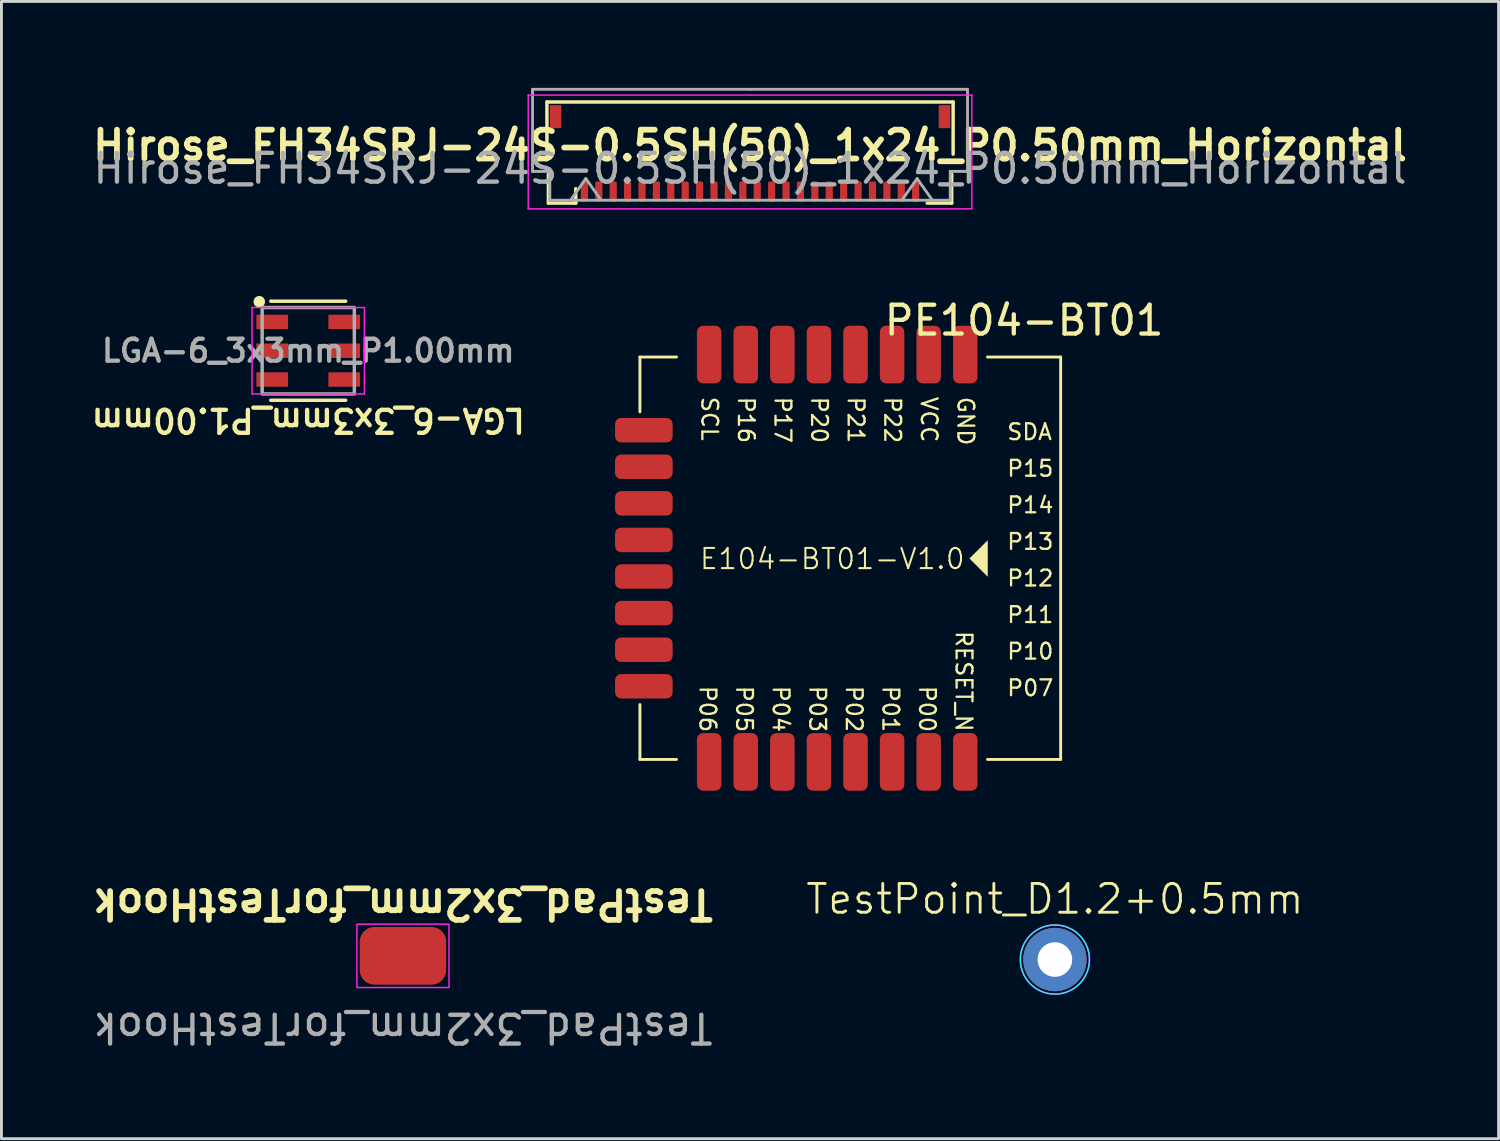
<source format=kicad_pcb>
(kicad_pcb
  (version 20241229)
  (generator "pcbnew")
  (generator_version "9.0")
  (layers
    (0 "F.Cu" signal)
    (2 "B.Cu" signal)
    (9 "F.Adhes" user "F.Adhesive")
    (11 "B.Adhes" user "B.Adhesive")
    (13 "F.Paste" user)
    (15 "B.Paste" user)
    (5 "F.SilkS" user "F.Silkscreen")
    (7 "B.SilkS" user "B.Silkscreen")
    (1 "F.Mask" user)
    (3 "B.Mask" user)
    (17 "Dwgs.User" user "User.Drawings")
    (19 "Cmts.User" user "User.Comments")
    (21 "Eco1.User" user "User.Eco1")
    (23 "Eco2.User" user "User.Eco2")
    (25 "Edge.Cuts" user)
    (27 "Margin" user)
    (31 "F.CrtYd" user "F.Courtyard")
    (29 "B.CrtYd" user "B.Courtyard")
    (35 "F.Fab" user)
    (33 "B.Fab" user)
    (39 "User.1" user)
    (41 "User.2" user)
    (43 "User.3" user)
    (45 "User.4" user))
  (footprint "TestPoint_D1.2+0.5mm"
    (layer "F.Cu")
    (at 33.569 30.259)
    (property "Reference" "TestPoint_D1.2+0.5mm" (at 0 -2.1 0) (unlocked yes) (layer "F.SilkS") (effects (font (size 1 1) (thickness 0.1))))
    (attr through_hole)
    (fp_circle (center 0 0) (end 1.2 0) (stroke (width 0.05) (type default)) (fill no) (layer "B.CrtYd"))
    (fp_circle (center 0 0) (end 1.2 0) (stroke (width 0.05) (type default)) (fill no) (layer "F.CrtYd"))
    (pad "1" thru_hole circle (at 0 0) (size 2.2 2.2) (drill 1.2) (layers "*.Cu" "*.Mask")))
  (footprint "Hirose_FH34SRJ-24S-0.5SH(50)_1x24_P0.50mm_Horizontal"
    (layer "F.Cu")
    (at 22.986 1.3)
    (property "Reference" "Hirose_FH34SRJ-24S-0.5SH(50)_1x24_P0.50mm_Horizontal" (at 0 0.7 0) (unlocked yes) (layer "F.SilkS") (effects (font (size 1 1) (thickness 0.2) (bold yes))))
    (attr smd)
    (fp_line (start -7.05 -0.81) (end 7.05 -0.81) (stroke (width 0.12) (type solid)) (layer "F.SilkS"))
    (fp_line (start -7.05 1) (end -7.05 -0.81) (stroke (width 0.12) (type solid)) (layer "F.SilkS"))
    (fp_line (start -7 2.7) (end -7 1.7) (stroke (width 0.12) (type solid)) (layer "F.SilkS"))
    (fp_line (start -6.05 2.2) (end -6.05 2.7) (stroke (width 0.12) (type solid)) (layer "F.SilkS"))
    (fp_line (start -6.05 2.7) (end -7 2.7) (stroke (width 0.12) (type solid)) (layer "F.SilkS"))
    (fp_line (start 6.15 2.7) (end 7 2.7) (stroke (width 0.12) (type solid)) (layer "F.SilkS"))
    (fp_line (start 7 2.7) (end 7 1.7) (stroke (width 0.12) (type solid)) (layer "F.SilkS"))
    (fp_line (start 7.05 -0.81) (end 7.05 1) (stroke (width 0.12) (type solid)) (layer "F.SilkS"))
    (fp_line (start -7.7 -1.05) (end 7.7 -1.05) (stroke (width 0.05) (type solid)) (layer "F.CrtYd"))
    (fp_line (start -7.7 2.9) (end -7.7 -1.05) (stroke (width 0.05) (type solid)) (layer "F.CrtYd"))
    (fp_line (start 7.7 -1.05) (end 7.7 2.9) (stroke (width 0.05) (type solid)) (layer "F.CrtYd"))
    (fp_line (start 7.7 2.9) (end -7.7 2.9) (stroke (width 0.05) (type solid)) (layer "F.CrtYd"))
    (fp_line (start -7.55 -1.25) (end -7.55 1.6) (stroke (width 0.1) (type solid)) (layer "F.Fab"))
    (fp_line (start -7.55 1.6) (end -6.95 1.6) (stroke (width 0.1) (type solid)) (layer "F.Fab"))
    (fp_line (start -6.95 1.6) (end -6.95 2.6) (stroke (width 0.1) (type solid)) (layer "F.Fab"))
    (fp_line (start -6.95 2.6) (end 0 2.6) (stroke (width 0.1) (type solid)) (layer "F.Fab"))
    (fp_line (start -5.7 1.85) (end -6.2 2.557) (stroke (width 0.1) (type solid)) (layer "F.Fab"))
    (fp_line (start -5.2 2.557) (end -5.7 1.85) (stroke (width 0.1) (type solid)) (layer "F.Fab"))
    (fp_line (start 0 -1.25) (end -7.55 -1.25) (stroke (width 0.1) (type solid)) (layer "F.Fab"))
    (fp_line (start 0 -1.25) (end 7.55 -1.25) (stroke (width 0.1) (type solid)) (layer "F.Fab"))
    (fp_line (start 5.8 1.85) (end 5.3 2.557) (stroke (width 0.1) (type solid)) (layer "F.Fab"))
    (fp_line (start 6.3 2.557) (end 5.8 1.85) (stroke (width 0.1) (type solid)) (layer "F.Fab"))
    (fp_line (start 6.95 1.6) (end 6.95 2.6) (stroke (width 0.1) (type solid)) (layer "F.Fab"))
    (fp_line (start 6.95 2.6) (end 0 2.6) (stroke (width 0.1) (type solid)) (layer "F.Fab"))
    (fp_line (start 7.55 -1.25) (end 7.55 1.6) (stroke (width 0.1) (type solid)) (layer "F.Fab"))
    (fp_line (start 7.55 1.6) (end 6.95 1.6) (stroke (width 0.1) (type solid)) (layer "F.Fab"))
    (fp_text user "${REFERENCE}" (at 0 1.5 0) (unlocked yes) (layer "F.Fab") (effects (font (size 1 1) (thickness 0.15))))
    (pad "1" smd roundrect (at -5.75 2.3) (size 0.25 0.7) (layers "F.Cu" "F.Mask" "F.Paste") (roundrect_rratio 0.25))
    (pad "2" smd roundrect (at -5.25 2.3) (size 0.25 0.7) (layers "F.Cu" "F.Mask" "F.Paste") (roundrect_rratio 0.25))
    (pad "3" smd roundrect (at -4.75 2.3) (size 0.25 0.7) (layers "F.Cu" "F.Mask" "F.Paste") (roundrect_rratio 0.25))
    (pad "4" smd roundrect (at -4.25 2.3) (size 0.25 0.7) (layers "F.Cu" "F.Mask" "F.Paste") (roundrect_rratio 0.25))
    (pad "5" smd roundrect (at -3.75 2.3) (size 0.25 0.7) (layers "F.Cu" "F.Mask" "F.Paste") (roundrect_rratio 0.25))
    (pad "6" smd roundrect (at -3.25 2.3) (size 0.25 0.7) (layers "F.Cu" "F.Mask" "F.Paste") (roundrect_rratio 0.25))
    (pad "7" smd roundrect (at -2.75 2.3) (size 0.25 0.7) (layers "F.Cu" "F.Mask" "F.Paste") (roundrect_rratio 0.25))
    (pad "8" smd roundrect (at -2.25 2.3) (size 0.25 0.7) (layers "F.Cu" "F.Mask" "F.Paste") (roundrect_rratio 0.25))
    (pad "9" smd roundrect (at -1.75 2.3) (size 0.25 0.7) (layers "F.Cu" "F.Mask" "F.Paste") (roundrect_rratio 0.25))
    (pad "10" smd roundrect (at -1.25 2.3) (size 0.25 0.7) (layers "F.Cu" "F.Mask" "F.Paste") (roundrect_rratio 0.25))
    (pad "11" smd roundrect (at -0.75 2.3) (size 0.25 0.7) (layers "F.Cu" "F.Mask" "F.Paste") (roundrect_rratio 0.25))
    (pad "12" smd roundrect (at -0.25 2.3) (size 0.25 0.7) (layers "F.Cu" "F.Mask" "F.Paste") (roundrect_rratio 0.25))
    (pad "13" smd roundrect (at 0.25 2.3) (size 0.25 0.7) (layers "F.Cu" "F.Mask" "F.Paste") (roundrect_rratio 0.25))
    (pad "14" smd roundrect (at 0.75 2.3) (size 0.25 0.7) (layers "F.Cu" "F.Mask" "F.Paste") (roundrect_rratio 0.25))
    (pad "15" smd roundrect (at 1.25 2.3) (size 0.25 0.7) (layers "F.Cu" "F.Mask" "F.Paste") (roundrect_rratio 0.25))
    (pad "16" smd roundrect (at 1.75 2.3) (size 0.25 0.7) (layers "F.Cu" "F.Mask" "F.Paste") (roundrect_rratio 0.25))
    (pad "17" smd roundrect (at 2.25 2.3) (size 0.25 0.7) (layers "F.Cu" "F.Mask" "F.Paste") (roundrect_rratio 0.25))
    (pad "18" smd roundrect (at 2.75 2.3) (size 0.25 0.7) (layers "F.Cu" "F.Mask" "F.Paste") (roundrect_rratio 0.25))
    (pad "19" smd roundrect (at 3.25 2.3) (size 0.25 0.7) (layers "F.Cu" "F.Mask" "F.Paste") (roundrect_rratio 0.25))
    (pad "20" smd roundrect (at 3.75 2.3) (size 0.25 0.7) (layers "F.Cu" "F.Mask" "F.Paste") (roundrect_rratio 0.25))
    (pad "21" smd roundrect (at 4.25 2.3) (size 0.25 0.7) (layers "F.Cu" "F.Mask" "F.Paste") (roundrect_rratio 0.25))
    (pad "22" smd roundrect (at 4.75 2.3) (size 0.25 0.7) (layers "F.Cu" "F.Mask" "F.Paste") (roundrect_rratio 0.25))
    (pad "23" smd roundrect (at 5.25 2.3) (size 0.25 0.7) (layers "F.Cu" "F.Mask" "F.Paste") (roundrect_rratio 0.25))
    (pad "24" smd roundrect (at 5.75 2.3) (size 0.25 0.7) (layers "F.Cu" "F.Mask" "F.Paste") (roundrect_rratio 0.25))
    (pad "MP" smd rect (at -6.75 -0.3) (size 0.4 0.8) (layers "F.Cu" "F.Mask" "F.Paste"))
    (pad "MP" smd rect (at 6.75 -0.3) (size 0.4 0.8) (layers "F.Cu" "F.Mask" "F.Paste")))
  (footprint "PE104-BT01"
    (layer "F.Cu")
    (at 24.879 16.328)
    (property "Reference" "PE104-BT01" (at 7.62 -8.255 0) (layer "F.SilkS") (effects (font (size 1 1) (thickness 0.15))))
    (fp_line (start -5.715 -6.985) (end -5.715 -5.08) (stroke (width 0.1) (type default)) (layer "F.SilkS"))
    (fp_line (start -5.715 -6.985) (end -4.445 -6.985) (stroke (width 0.1) (type default)) (layer "F.SilkS"))
    (fp_line (start -5.715 6.985) (end -5.715 5.08) (stroke (width 0.1) (type default)) (layer "F.SilkS"))
    (fp_line (start -5.715 6.985) (end -4.445 6.985) (stroke (width 0.1) (type default)) (layer "F.SilkS"))
    (fp_line (start 8.89 -6.985) (end 6.35 -6.985) (stroke (width 0.1) (type default)) (layer "F.SilkS"))
    (fp_line (start 8.89 6.985) (end 6.35 6.985) (stroke (width 0.1) (type default)) (layer "F.SilkS"))
    (fp_line (start 8.89 6.985) (end 8.89 -6.985) (stroke (width 0.1) (type solid)) (layer "F.SilkS"))
    (fp_poly (pts (xy 6.359 -0.626) (xy 5.724 0.009) (xy 6.359 0.644)) (stroke (width 0) (type default)) (fill yes) (layer "F.SilkS"))
    (fp_text user "E104-BT01-V1.0" (at -3.683 0.432 0) (unlocked yes) (layer "F.SilkS") (effects (font (size 0.7 0.7) (thickness 0.07)) (justify left bottom)))
    (fp_text user "P11" (at 6.985 2.286 0) (unlocked yes) (layer "F.SilkS") (effects (font (size 0.55 0.55) (thickness 0.08)) (justify left bottom)))
    (fp_text user "P16" (at -2.349 -5.652 270) (unlocked yes) (layer "F.SilkS") (effects (font (size 0.55 0.55) (thickness 0.08)) (justify left bottom)))
    (fp_text user "P13" (at 6.985 -0.254 0) (unlocked yes) (layer "F.SilkS") (effects (font (size 0.55 0.55) (thickness 0.08)) (justify left bottom)))
    (fp_text user "SDA" (at 6.985 -4.064 0) (unlocked yes) (layer "F.SilkS") (effects (font (size 0.55 0.55) (thickness 0.08)) (justify left bottom)))
    (fp_text user "SCL" (at -3.619 -5.652 270) (unlocked yes) (layer "F.SilkS") (effects (font (size 0.55 0.55) (thickness 0.08)) (justify left bottom)))
    (fp_text user "P05" (at -2.413 4.381 270) (unlocked yes) (layer "F.SilkS") (effects (font (size 0.55 0.55) (thickness 0.08)) (justify left bottom)))
    (fp_text user "P02" (at 1.397 4.381 270) (unlocked yes) (layer "F.SilkS") (effects (font (size 0.55 0.55) (thickness 0.08)) (justify left bottom)))
    (fp_text user "RESET_N" (at 5.207 2.477 270) (unlocked yes) (layer "F.SilkS") (effects (font (size 0.55 0.55) (thickness 0.08)) (justify left bottom)))
    (fp_text user "GND" (at 5.271 -5.652 270) (unlocked yes) (layer "F.SilkS") (effects (font (size 0.55 0.55) (thickness 0.08)) (justify left bottom)))
    (fp_text user "P00" (at 3.937 4.381 270) (unlocked yes) (layer "F.SilkS") (effects (font (size 0.55 0.55) (thickness 0.08)) (justify left bottom)))
    (fp_text user "P21" (at 1.46 -5.652 270) (unlocked yes) (layer "F.SilkS") (effects (font (size 0.55 0.55) (thickness 0.08)) (justify left bottom)))
    (fp_text user "P17" (at -1.079 -5.652 270) (unlocked yes) (layer "F.SilkS") (effects (font (size 0.55 0.55) (thickness 0.08)) (justify left bottom)))
    (fp_text user "P01" (at 2.667 4.381 270) (unlocked yes) (layer "F.SilkS") (effects (font (size 0.55 0.55) (thickness 0.08)) (justify left bottom)))
    (fp_text user "P04" (at -1.143 4.381 270) (unlocked yes) (layer "F.SilkS") (effects (font (size 0.55 0.55) (thickness 0.08)) (justify left bottom)))
    (fp_text user "VCC" (at 4 -5.652 270) (unlocked yes) (layer "F.SilkS") (effects (font (size 0.55 0.55) (thickness 0.08)) (justify left bottom)))
    (fp_text user "P22" (at 2.731 -5.652 270) (unlocked yes) (layer "F.SilkS") (effects (font (size 0.55 0.55) (thickness 0.08)) (justify left bottom)))
    (fp_text user "P06" (at -3.683 4.381 270) (unlocked yes) (layer "F.SilkS") (effects (font (size 0.55 0.55) (thickness 0.08)) (justify left bottom)))
    (fp_text user "P12" (at 6.985 1.016 0) (unlocked yes) (layer "F.SilkS") (effects (font (size 0.55 0.55) (thickness 0.08)) (justify left bottom)))
    (fp_text user "P03" (at 0.127 4.381 270) (unlocked yes) (layer "F.SilkS") (effects (font (size 0.55 0.55) (thickness 0.08)) (justify left bottom)))
    (fp_text user "P10" (at 6.985 3.556 0) (unlocked yes) (layer "F.SilkS") (effects (font (size 0.55 0.55) (thickness 0.08)) (justify left bottom)))
    (fp_text user "P20" (at 0.191 -5.652 270) (unlocked yes) (layer "F.SilkS") (effects (font (size 0.55 0.55) (thickness 0.08)) (justify left bottom)))
    (fp_text user "P15" (at 6.985 -2.794 0) (unlocked yes) (layer "F.SilkS") (effects (font (size 0.55 0.55) (thickness 0.08)) (justify left bottom)))
    (fp_text user "P07" (at 6.985 4.826 0) (unlocked yes) (layer "F.SilkS") (effects (font (size 0.55 0.55) (thickness 0.08)) (justify left bottom)))
    (fp_text user "P14" (at 6.985 -1.524 0) (unlocked yes) (layer "F.SilkS") (effects (font (size 0.55 0.55) (thickness 0.08)) (justify left bottom)))
    (pad "1" smd roundrect (at 5.579 -7.07 90) (size 2 0.85) (layers "F.Cu" "F.Mask" "F.Paste") (roundrect_rratio 0.25))
    (pad "2" smd roundrect (at 4.309 -7.07 90) (size 2 0.85) (layers "F.Cu" "F.Mask" "F.Paste") (roundrect_rratio 0.25))
    (pad "3" smd roundrect (at 3.039 -7.07 90) (size 2 0.85) (layers "F.Cu" "F.Mask" "F.Paste") (roundrect_rratio 0.25))
    (pad "4" smd roundrect (at 1.769 -7.07 90) (size 2 0.85) (layers "F.Cu" "F.Mask" "F.Paste") (roundrect_rratio 0.25))
    (pad "5" smd roundrect (at 0.499 -7.07 90) (size 2 0.85) (layers "F.Cu" "F.Mask" "F.Paste") (roundrect_rratio 0.25))
    (pad "6" smd roundrect (at -0.771 -7.07 90) (size 2 0.85) (layers "F.Cu" "F.Mask" "F.Paste") (roundrect_rratio 0.25))
    (pad "7" smd roundrect (at -2.041 -7.07 90) (size 2 0.85) (layers "F.Cu" "F.Mask" "F.Paste") (roundrect_rratio 0.25))
    (pad "8" smd roundrect (at -3.311 -7.07 90) (size 2 0.85) (layers "F.Cu" "F.Mask" "F.Paste") (roundrect_rratio 0.25))
    (pad "9" smd roundrect (at -5.579 -4.445 180) (size 2 0.85) (layers "F.Cu" "F.Mask" "F.Paste") (roundrect_rratio 0.25))
    (pad "10" smd roundrect (at -5.579 -3.175 180) (size 2 0.85) (layers "F.Cu" "F.Mask" "F.Paste") (roundrect_rratio 0.25))
    (pad "11" smd roundrect (at -5.579 -1.905 180) (size 2 0.85) (layers "F.Cu" "F.Mask" "F.Paste") (roundrect_rratio 0.25))
    (pad "12" smd roundrect (at -5.579 -0.635 180) (size 2 0.85) (layers "F.Cu" "F.Mask" "F.Paste") (roundrect_rratio 0.25))
    (pad "13" smd roundrect (at -5.579 0.635 180) (size 2 0.85) (layers "F.Cu" "F.Mask" "F.Paste") (roundrect_rratio 0.25))
    (pad "14" smd roundrect (at -5.579 1.905 180) (size 2 0.85) (layers "F.Cu" "F.Mask" "F.Paste") (roundrect_rratio 0.25))
    (pad "15" smd roundrect (at -5.579 3.175 180) (size 2 0.85) (layers "F.Cu" "F.Mask" "F.Paste") (roundrect_rratio 0.25))
    (pad "16" smd roundrect (at -5.579 4.445 180) (size 2 0.85) (layers "F.Cu" "F.Mask" "F.Paste") (roundrect_rratio 0.25))
    (pad "17" smd roundrect (at -3.311 7.07 270) (size 2 0.85) (layers "F.Cu" "F.Mask" "F.Paste") (roundrect_rratio 0.25))
    (pad "18" smd roundrect (at -2.041 7.07 270) (size 2 0.85) (layers "F.Cu" "F.Mask" "F.Paste") (roundrect_rratio 0.25))
    (pad "19" smd roundrect (at -0.771 7.07 270) (size 2 0.85) (layers "F.Cu" "F.Mask" "F.Paste") (roundrect_rratio 0.25))
    (pad "20" smd roundrect (at 0.499 7.07 270) (size 2 0.85) (layers "F.Cu" "F.Mask" "F.Paste") (roundrect_rratio 0.25))
    (pad "21" smd roundrect (at 1.769 7.07 270) (size 2 0.85) (layers "F.Cu" "F.Mask" "F.Paste") (roundrect_rratio 0.25))
    (pad "22" smd roundrect (at 3.039 7.07 270) (size 2 0.85) (layers "F.Cu" "F.Mask" "F.Paste") (roundrect_rratio 0.25))
    (pad "23" smd roundrect (at 4.309 7.07 270) (size 2 0.85) (layers "F.Cu" "F.Mask" "F.Paste") (roundrect_rratio 0.25))
    (pad "24" smd roundrect (at 5.579 7.07 270) (size 2 0.85) (layers "F.Cu" "F.Mask" "F.Paste") (roundrect_rratio 0.25)))
  (footprint "LGA-6_3x3mm_P1.00mm"
    (layer "F.Cu")
    (at 7.65 9.125)
    (property "Reference" "LGA-6_3x3mm_P1.00mm" (at 0 2.413 180) (unlocked yes) (layer "F.SilkS") (effects (font (size 0.8 0.8) (thickness 0.15))))
    (fp_line (start -1.3 -1.72) (end 1.3 -1.72) (stroke (width 0.12) (type default)) (layer "F.SilkS"))
    (fp_line (start 1.3 1.72) (end -1.3 1.72) (stroke (width 0.12) (type default)) (layer "F.SilkS"))
    (fp_circle (center -1.7 -1.7) (end -1.9 -1.7) (stroke (width 0) (type default)) (fill yes) (layer "F.SilkS"))
    (fp_line (start -1.95 -1.5) (end -1.95 1.5) (stroke (width 0.05) (type default)) (layer "F.CrtYd"))
    (fp_line (start -1.95 1.5) (end 1.95 1.5) (stroke (width 0.05) (type default)) (layer "F.CrtYd"))
    (fp_line (start 1.95 -1.5) (end -1.95 -1.5) (stroke (width 0.05) (type default)) (layer "F.CrtYd"))
    (fp_line (start 1.95 1.5) (end 1.95 -1.5) (stroke (width 0.05) (type default)) (layer "F.CrtYd"))
    (fp_poly (pts (xy 1.499 -1.5) (xy -1.499 -1.5) (xy -1.5 -1.5) (xy -1.6 -1.499) (xy -1.6 1.499) (xy -1.5 1.5) (xy -1.499 1.5) (xy 1.499 1.5) (xy 1.5 1.5) (xy 1.6 1.499) (xy 1.6 -1.499) (xy 1.5 -1.5)) (stroke (width 0.12) (type default)) (fill no) (layer "F.Fab"))
    (fp_text user "${REFERENCE}" (at 0 0 180) (layer "F.Fab") (effects (font (size 0.762 0.762) (thickness 0.15))))
    (pad "1" smd rect (at -1.25 -1 180) (size 1.1 0.5) (layers "F.Cu" "F.Mask" "F.Paste"))
    (pad "2" smd rect (at -1.25 0 180) (size 1.1 0.5) (layers "F.Cu" "F.Mask" "F.Paste"))
    (pad "3" smd rect (at -1.25 1 180) (size 1.1 0.5) (layers "F.Cu" "F.Mask" "F.Paste"))
    (pad "4" smd rect (at 1.25 1 180) (size 1.1 0.5) (layers "F.Cu" "F.Mask" "F.Paste"))
    (pad "5" smd rect (at 1.25 0 180) (size 1.1 0.5) (layers "F.Cu" "F.Mask" "F.Paste"))
    (pad "6" smd rect (at 1.25 -1 180) (size 1.1 0.5) (layers "F.Cu" "F.Mask" "F.Paste")))
  (footprint "TestPad_3x2mm_forTestHook"
    (layer "F.Cu")
    (at 10.938 30.13)
    (property "Reference" "TestPad_3x2mm_forTestHook" (at 0 -1.796 180) (unlocked yes) (layer "F.SilkS") (effects (font (size 1 1) (thickness 0.2) (bold yes))))
    (attr smd board_only)
    (fp_poly (pts (xy -1.6 -1.1) (xy 1.6 -1.1) (xy 1.6 1.1) (xy -1.6 1.1)) (stroke (width 0.05) (type default)) (fill no) (layer "F.CrtYd"))
    (fp_text user "${REFERENCE}" (at 0 2.5 180) (unlocked yes) (layer "F.Fab") (effects (font (size 1 1) (thickness 0.15))))
    (pad "1" smd roundrect (at 0 0 180) (size 3 2) (layers "F.Cu" "F.Mask" "F.Paste") (roundrect_rratio 0.25)))
  (gr_rect
    (start -3 -3)
    (end 48.971 36.478)
    (stroke (width 0.1) (type default))
    (fill no)
    (layer "Edge.Cuts")))
</source>
